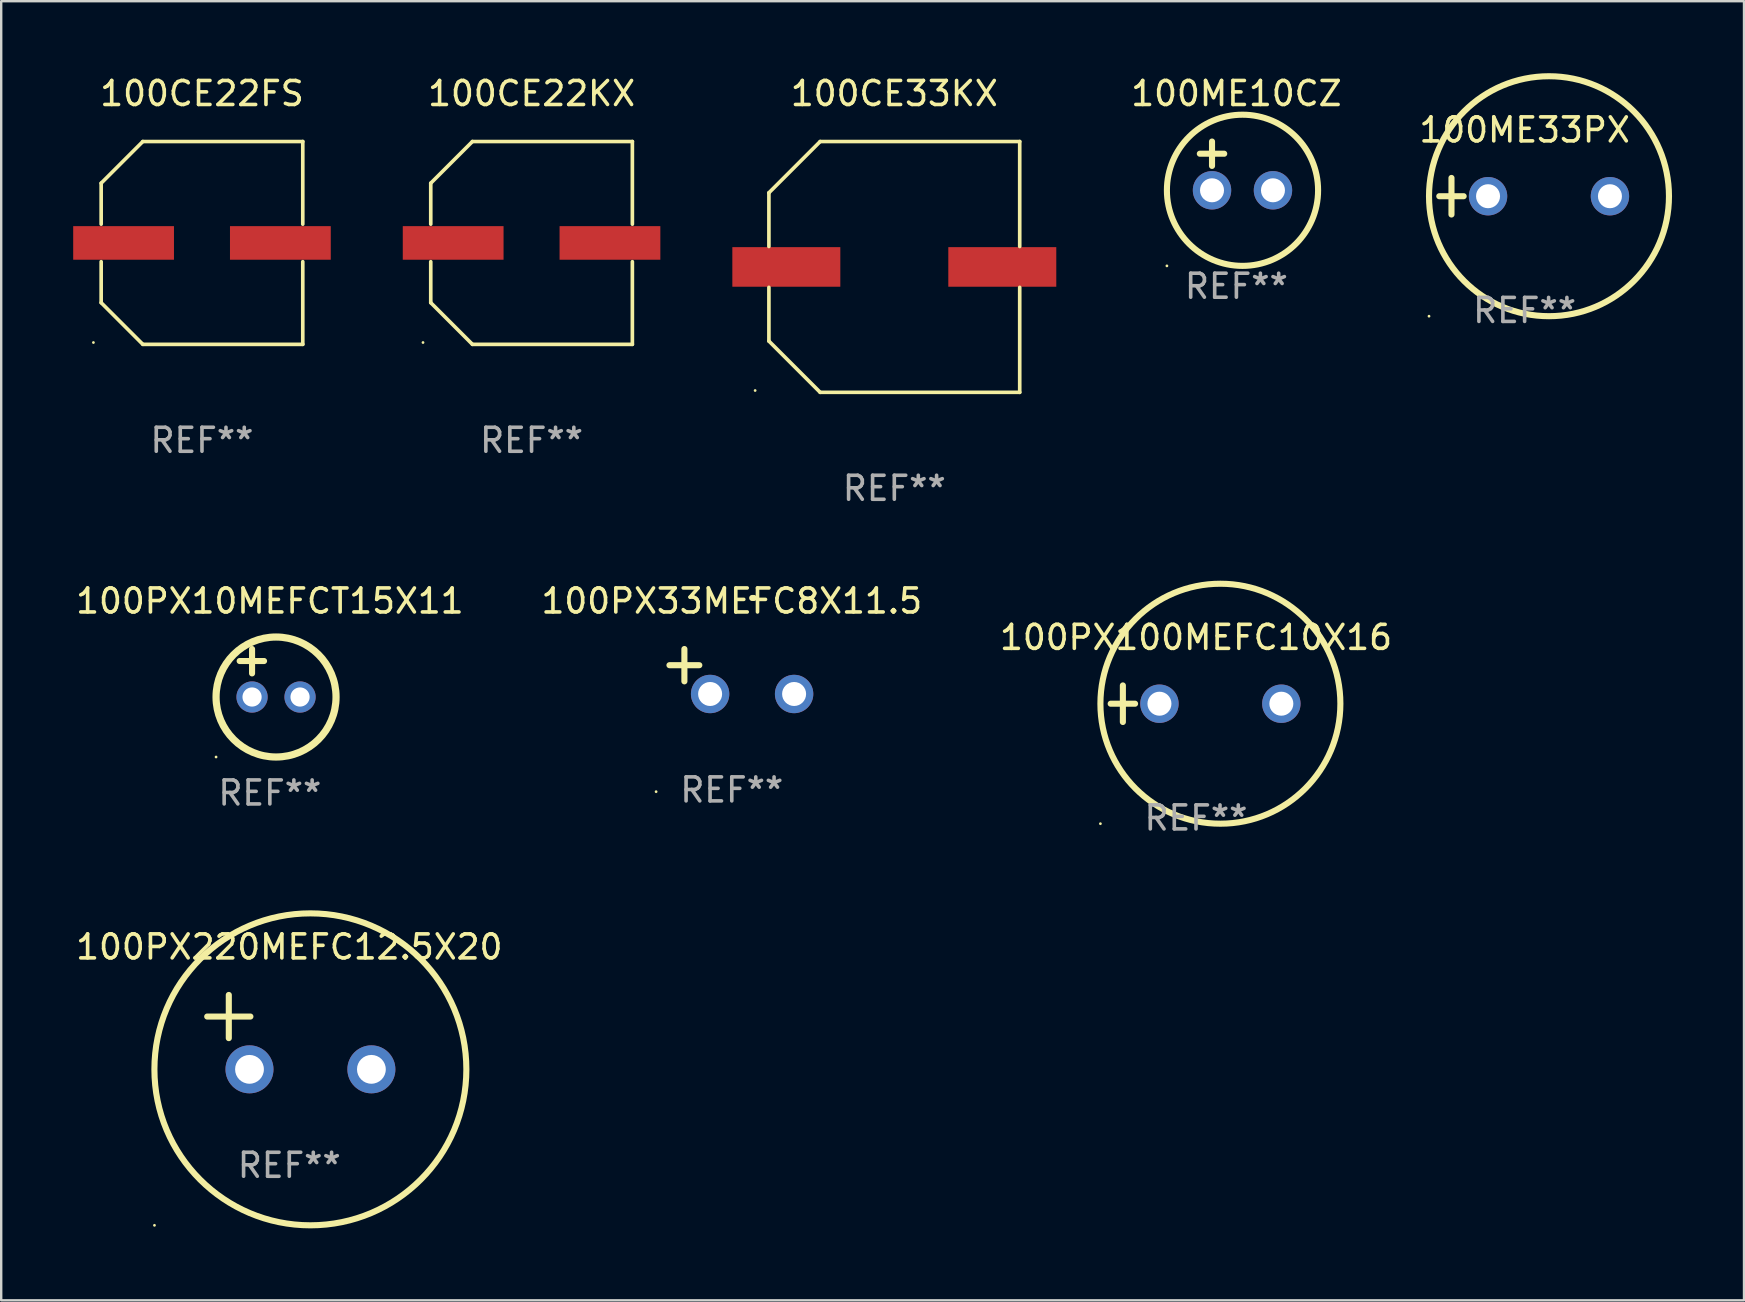
<source format=kicad_pcb>
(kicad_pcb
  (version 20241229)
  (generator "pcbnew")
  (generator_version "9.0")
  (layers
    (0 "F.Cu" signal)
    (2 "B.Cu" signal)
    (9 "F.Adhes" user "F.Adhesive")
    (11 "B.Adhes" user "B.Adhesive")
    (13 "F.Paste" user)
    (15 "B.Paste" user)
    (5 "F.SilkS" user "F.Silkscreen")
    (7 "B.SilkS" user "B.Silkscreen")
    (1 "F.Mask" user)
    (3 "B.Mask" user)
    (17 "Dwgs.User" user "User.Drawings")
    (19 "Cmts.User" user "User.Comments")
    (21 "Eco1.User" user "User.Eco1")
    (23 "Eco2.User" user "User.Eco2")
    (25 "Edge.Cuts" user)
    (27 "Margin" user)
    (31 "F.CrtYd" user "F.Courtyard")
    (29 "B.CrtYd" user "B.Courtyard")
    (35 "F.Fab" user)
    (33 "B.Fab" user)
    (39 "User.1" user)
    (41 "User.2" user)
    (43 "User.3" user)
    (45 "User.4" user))
  (footprint "100CE33KX"
    (layer "F.Cu")
    (at 34.219 8.074)
    (property "Reference" "100CE33KX" (at 0 -7.226 0) (layer "F.SilkS") (effects (font (size 1 1) (thickness 0.15))))
    (attr through_hole)
    (fp_line (start -5.226 -3.09) (end -5.226 -0.852) (stroke (width 0.152) (type solid)) (layer "F.SilkS"))
    (fp_line (start -5.226 3.09) (end -5.226 0.852) (stroke (width 0.152) (type solid)) (layer "F.SilkS"))
    (fp_line (start -3.09 -5.226) (end -5.226 -3.09) (stroke (width 0.152) (type solid)) (layer "F.SilkS"))
    (fp_line (start -3.09 5.226) (end -5.226 3.09) (stroke (width 0.152) (type solid)) (layer "F.SilkS"))
    (fp_line (start 5.226 -5.226) (end -3.09 -5.226) (stroke (width 0.152) (type solid)) (layer "F.SilkS"))
    (fp_line (start 5.226 -0.852) (end 5.226 -5.226) (stroke (width 0.152) (type solid)) (layer "F.SilkS"))
    (fp_line (start 5.226 0.852) (end 5.226 5.226) (stroke (width 0.152) (type solid)) (layer "F.SilkS"))
    (fp_line (start 5.226 5.226) (end -3.09 5.226) (stroke (width 0.152) (type solid)) (layer "F.SilkS"))
    (fp_circle (center -5.8 5.15) (end -5.77 5.15) (stroke (width 0.06) (type solid)) (fill no) (layer "F.SilkS"))
    (fp_text user "REF**" (at 0 9.226 0) (layer "F.Fab") (effects (font (size 1 1) (thickness 0.15))))
    (pad "1" smd rect (at -4.5 0) (size 4.5 1.65) (layers "F.Cu" "F.Mask" "F.Paste"))
    (pad "2" smd rect (at 4.5 0) (size 4.5 1.65) (layers "F.Cu" "F.Mask" "F.Paste")))
  (footprint "100CE22FS"
    (layer "F.Cu")
    (at 5.367 7.074)
    (property "Reference" "100CE22FS" (at 0 -6.226 0) (layer "F.SilkS") (effects (font (size 1 1) (thickness 0.15))))
    (attr through_hole)
    (fp_line (start -4.201 -2.49) (end -4.201 -0.782) (stroke (width 0.152) (type solid)) (layer "F.SilkS"))
    (fp_line (start -4.201 2.49) (end -4.201 0.782) (stroke (width 0.152) (type solid)) (layer "F.SilkS"))
    (fp_line (start -2.465 -4.226) (end -4.201 -2.49) (stroke (width 0.152) (type solid)) (layer "F.SilkS"))
    (fp_line (start -2.465 4.226) (end -4.201 2.49) (stroke (width 0.152) (type solid)) (layer "F.SilkS"))
    (fp_line (start 4.201 -4.226) (end -2.465 -4.226) (stroke (width 0.152) (type solid)) (layer "F.SilkS"))
    (fp_line (start 4.201 -0.782) (end 4.201 -4.226) (stroke (width 0.152) (type solid)) (layer "F.SilkS"))
    (fp_line (start 4.201 0.782) (end 4.201 4.226) (stroke (width 0.152) (type solid)) (layer "F.SilkS"))
    (fp_line (start 4.201 4.226) (end -2.465 4.226) (stroke (width 0.152) (type solid)) (layer "F.SilkS"))
    (fp_circle (center -4.524 4.15) (end -4.494 4.15) (stroke (width 0.06) (type solid)) (fill no) (layer "F.SilkS"))
    (fp_text user "REF**" (at 0 8.226 0) (layer "F.Fab") (effects (font (size 1 1) (thickness 0.15))))
    (pad "1" smd rect (at -3.267 0) (size 4.2 1.4) (layers "F.Cu" "F.Mask" "F.Paste"))
    (pad "2" smd rect (at 3.267 0) (size 4.2 1.4) (layers "F.Cu" "F.Mask" "F.Paste")))
  (footprint "100PX33MEFC8X11.5"
    (layer "F.Cu")
    (at 27.446 24.934)
    (property "Reference" "100PX33MEFC8X11.5" (at 0 -2.937 0) (layer "F.SilkS") (effects (font (size 1 1) (thickness 0.15))))
    (attr through_hole)
    (fp_line (start -1.975 0.41) (end -1.975 -0.937) (stroke (width 0.254) (type solid)) (layer "F.SilkS"))
    (fp_line (start -1.353 -0.263) (end -2.597 -0.263) (stroke (width 0.254) (type solid)) (layer "F.SilkS"))
    (fp_arc (start 0.849809 -3.063957) (mid 0.885369 -3.064114) (end 0.920929 -3.063957) (stroke (width 0.254001) (type solid)) (layer "F.SilkS"))
    (fp_circle (center -3.154 5.008) (end -3.124 5.008) (stroke (width 0.06) (type solid)) (fill no) (layer "F.SilkS"))
    (fp_text user "REF**" (at 0 4.937 0) (layer "F.Fab") (effects (font (size 1 1) (thickness 0.15))))
    (pad "1" thru_hole circle (at -0.903 0.937) (size 1.6 1.6) (drill 1) (layers "*.Cu" "*.Mask"))
    (pad "2" thru_hole circle (at 2.597 0.937) (size 1.6 1.6) (drill 1) (layers "*.Cu" "*.Mask")))
  (footprint "100PX220MEFC12.5X20"
    (layer "F.Cu")
    (at 9.006 39.963)
    (property "Reference" "100PX220MEFC12.5X20" (at 0 -3.55 0) (layer "F.SilkS") (effects (font (size 1 1) (thickness 0.15))))
    (attr through_hole)
    (fp_line (start -3.421 -0.65) (end -1.621 -0.65) (stroke (width 0.254) (type solid)) (layer "F.SilkS"))
    (fp_line (start -2.521 -1.55) (end -2.521 0.25) (stroke (width 0.254) (type solid)) (layer "F.SilkS"))
    (fp_circle (center -5.619 8.05) (end -5.589 8.05) (stroke (width 0.06) (type solid)) (fill no) (layer "F.SilkS"))
    (fp_circle (center 0.879 1.55) (end 7.379 1.55) (stroke (width 0.254) (type solid)) (fill no) (layer "F.SilkS"))
    (fp_text user "REF**" (at 0 5.55 0) (layer "F.Fab") (effects (font (size 1 1) (thickness 0.15))))
    (pad "1" thru_hole circle (at -1.659 1.55) (size 2 2) (drill 1.2) (layers "*.Cu" "*.Mask"))
    (pad "2" thru_hole circle (at 3.421 1.55) (size 2 2) (drill 1.2) (layers "*.Cu" "*.Mask")))
  (footprint "100PX10MEFCT15X11"
    (layer "F.Cu")
    (at 8.196 24.997)
    (property "Reference" "100PX10MEFCT15X11" (at 0 -3 0) (layer "F.SilkS") (effects (font (size 1 1) (thickness 0.15))))
    (attr through_hole)
    (fp_line (start -1.258 -0.5) (end -0.242 -0.5) (stroke (width 0.254) (type solid)) (layer "F.SilkS"))
    (fp_line (start -0.742 -1) (end -0.742 0.016) (stroke (width 0.254) (type solid)) (layer "F.SilkS"))
    (fp_circle (center -2.242 3.5) (end -2.212 3.5) (stroke (width 0.06) (type solid)) (fill no) (layer "F.SilkS"))
    (fp_circle (center 0.258 1) (end 2.758 1) (stroke (width 0.3) (type solid)) (fill no) (layer "F.SilkS"))
    (fp_text user "REF**" (at 0 5 0) (layer "F.Fab") (effects (font (size 1 1) (thickness 0.15))))
    (pad "1" thru_hole circle (at -0.742 1) (size 1.3 1.3) (drill 0.8) (layers "*.Cu" "*.Mask"))
    (pad "2" thru_hole circle (at 1.258 1) (size 1.3 1.3) (drill 0.8) (layers "*.Cu" "*.Mask")))
  (footprint "100CE22KX"
    (layer "F.Cu")
    (at 19.102 7.074)
    (property "Reference" "100CE22KX" (at 0 -6.226 0) (layer "F.SilkS") (effects (font (size 1 1) (thickness 0.15))))
    (attr through_hole)
    (fp_line (start -4.201 -2.49) (end -4.201 -0.782) (stroke (width 0.152) (type solid)) (layer "F.SilkS"))
    (fp_line (start -4.201 2.49) (end -4.201 0.782) (stroke (width 0.152) (type solid)) (layer "F.SilkS"))
    (fp_line (start -2.465 -4.226) (end -4.201 -2.49) (stroke (width 0.152) (type solid)) (layer "F.SilkS"))
    (fp_line (start -2.465 4.226) (end -4.201 2.49) (stroke (width 0.152) (type solid)) (layer "F.SilkS"))
    (fp_line (start 4.201 -4.226) (end -2.465 -4.226) (stroke (width 0.152) (type solid)) (layer "F.SilkS"))
    (fp_line (start 4.201 -0.782) (end 4.201 -4.226) (stroke (width 0.152) (type solid)) (layer "F.SilkS"))
    (fp_line (start 4.201 0.782) (end 4.201 4.226) (stroke (width 0.152) (type solid)) (layer "F.SilkS"))
    (fp_line (start 4.201 4.226) (end -2.465 4.226) (stroke (width 0.152) (type solid)) (layer "F.SilkS"))
    (fp_circle (center -4.524 4.15) (end -4.494 4.15) (stroke (width 0.06) (type solid)) (fill no) (layer "F.SilkS"))
    (fp_text user "REF**" (at 0 8.226 0) (layer "F.Fab") (effects (font (size 1 1) (thickness 0.15))))
    (pad "1" smd rect (at -3.267 0) (size 4.2 1.4) (layers "F.Cu" "F.Mask" "F.Paste"))
    (pad "2" smd rect (at 3.267 0) (size 4.2 1.4) (layers "F.Cu" "F.Mask" "F.Paste")))
  (footprint "100PX100MEFC10X16"
    (layer "F.Cu")
    (at 46.792 26.276)
    (property "Reference" "100PX100MEFC10X16" (at 0 -2.762 0) (layer "F.SilkS") (effects (font (size 1 1) (thickness 0.15))))
    (attr through_hole)
    (fp_line (start -3.556 0) (end -2.54 0) (stroke (width 0.254) (type solid)) (layer "F.SilkS"))
    (fp_line (start -3.048 -0.762) (end -3.048 0.762) (stroke (width 0.254) (type solid)) (layer "F.SilkS"))
    (fp_circle (center -3.984 5) (end -3.954 5) (stroke (width 0.06) (type solid)) (fill no) (layer "F.SilkS"))
    (fp_circle (center 1.016 0) (end 6.016 0) (stroke (width 0.254) (type solid)) (fill no) (layer "F.SilkS"))
    (fp_text user "REF**" (at 0 4.762 0) (layer "F.Fab") (effects (font (size 1 1) (thickness 0.15))))
    (pad "1" thru_hole circle (at -1.524 0) (size 1.6 1.6) (drill 1) (layers "*.Cu" "*.Mask"))
    (pad "2" thru_hole circle (at 3.556 0) (size 1.6 1.6) (drill 1) (layers "*.Cu" "*.Mask")))
  (footprint "100ME10CZ"
    (layer "F.Cu")
    (at 48.475 3.864)
    (property "Reference" "100ME10CZ" (at 0 -3.016 0) (layer "F.SilkS") (effects (font (size 1 1) (thickness 0.15))))
    (attr through_hole)
    (fp_line (start -1.524 -0.508) (end -0.508 -0.508) (stroke (width 0.254) (type solid)) (layer "F.SilkS"))
    (fp_line (start -1.016 -1.016) (end -1.016 0) (stroke (width 0.254) (type solid)) (layer "F.SilkS"))
    (fp_circle (center -2.896 4.166) (end -2.866 4.166) (stroke (width 0.06) (type solid)) (fill no) (layer "F.SilkS"))
    (fp_circle (center 0.254 1.016) (end 3.404 1.016) (stroke (width 0.254) (type solid)) (fill no) (layer "F.SilkS"))
    (fp_text user "REF**" (at 0 5.016 0) (layer "F.Fab") (effects (font (size 1 1) (thickness 0.15))))
    (pad "1" thru_hole circle (at -1.016 1.016) (size 1.6 1.6) (drill 1) (layers "*.Cu" "*.Mask"))
    (pad "2" thru_hole circle (at 1.524 1.016) (size 1.6 1.6) (drill 1) (layers "*.Cu" "*.Mask")))
  (footprint "100ME33PX"
    (layer "F.Cu")
    (at 60.486 5.127)
    (property "Reference" "100ME33PX" (at 0 -2.762 0) (layer "F.SilkS") (effects (font (size 1 1) (thickness 0.15))))
    (attr through_hole)
    (fp_line (start -3.556 0) (end -2.54 0) (stroke (width 0.254) (type solid)) (layer "F.SilkS"))
    (fp_line (start -3.048 -0.762) (end -3.048 0.762) (stroke (width 0.254) (type solid)) (layer "F.SilkS"))
    (fp_circle (center -3.984 5) (end -3.954 5) (stroke (width 0.06) (type solid)) (fill no) (layer "F.SilkS"))
    (fp_circle (center 1.016 0) (end 6.016 0) (stroke (width 0.254) (type solid)) (fill no) (layer "F.SilkS"))
    (fp_text user "REF**" (at 0 4.762 0) (layer "F.Fab") (effects (font (size 1 1) (thickness 0.15))))
    (pad "1" thru_hole circle (at -1.524 0) (size 1.6 1.6) (drill 1) (layers "*.Cu" "*.Mask"))
    (pad "2" thru_hole circle (at 3.556 0) (size 1.6 1.6) (drill 1) (layers "*.Cu" "*.Mask")))
  (gr_rect
    (start -3 -3)
    (end 69.629 51.14)
    (stroke (width 0.1) (type default))
    (fill no)
    (layer "Edge.Cuts")))
</source>
